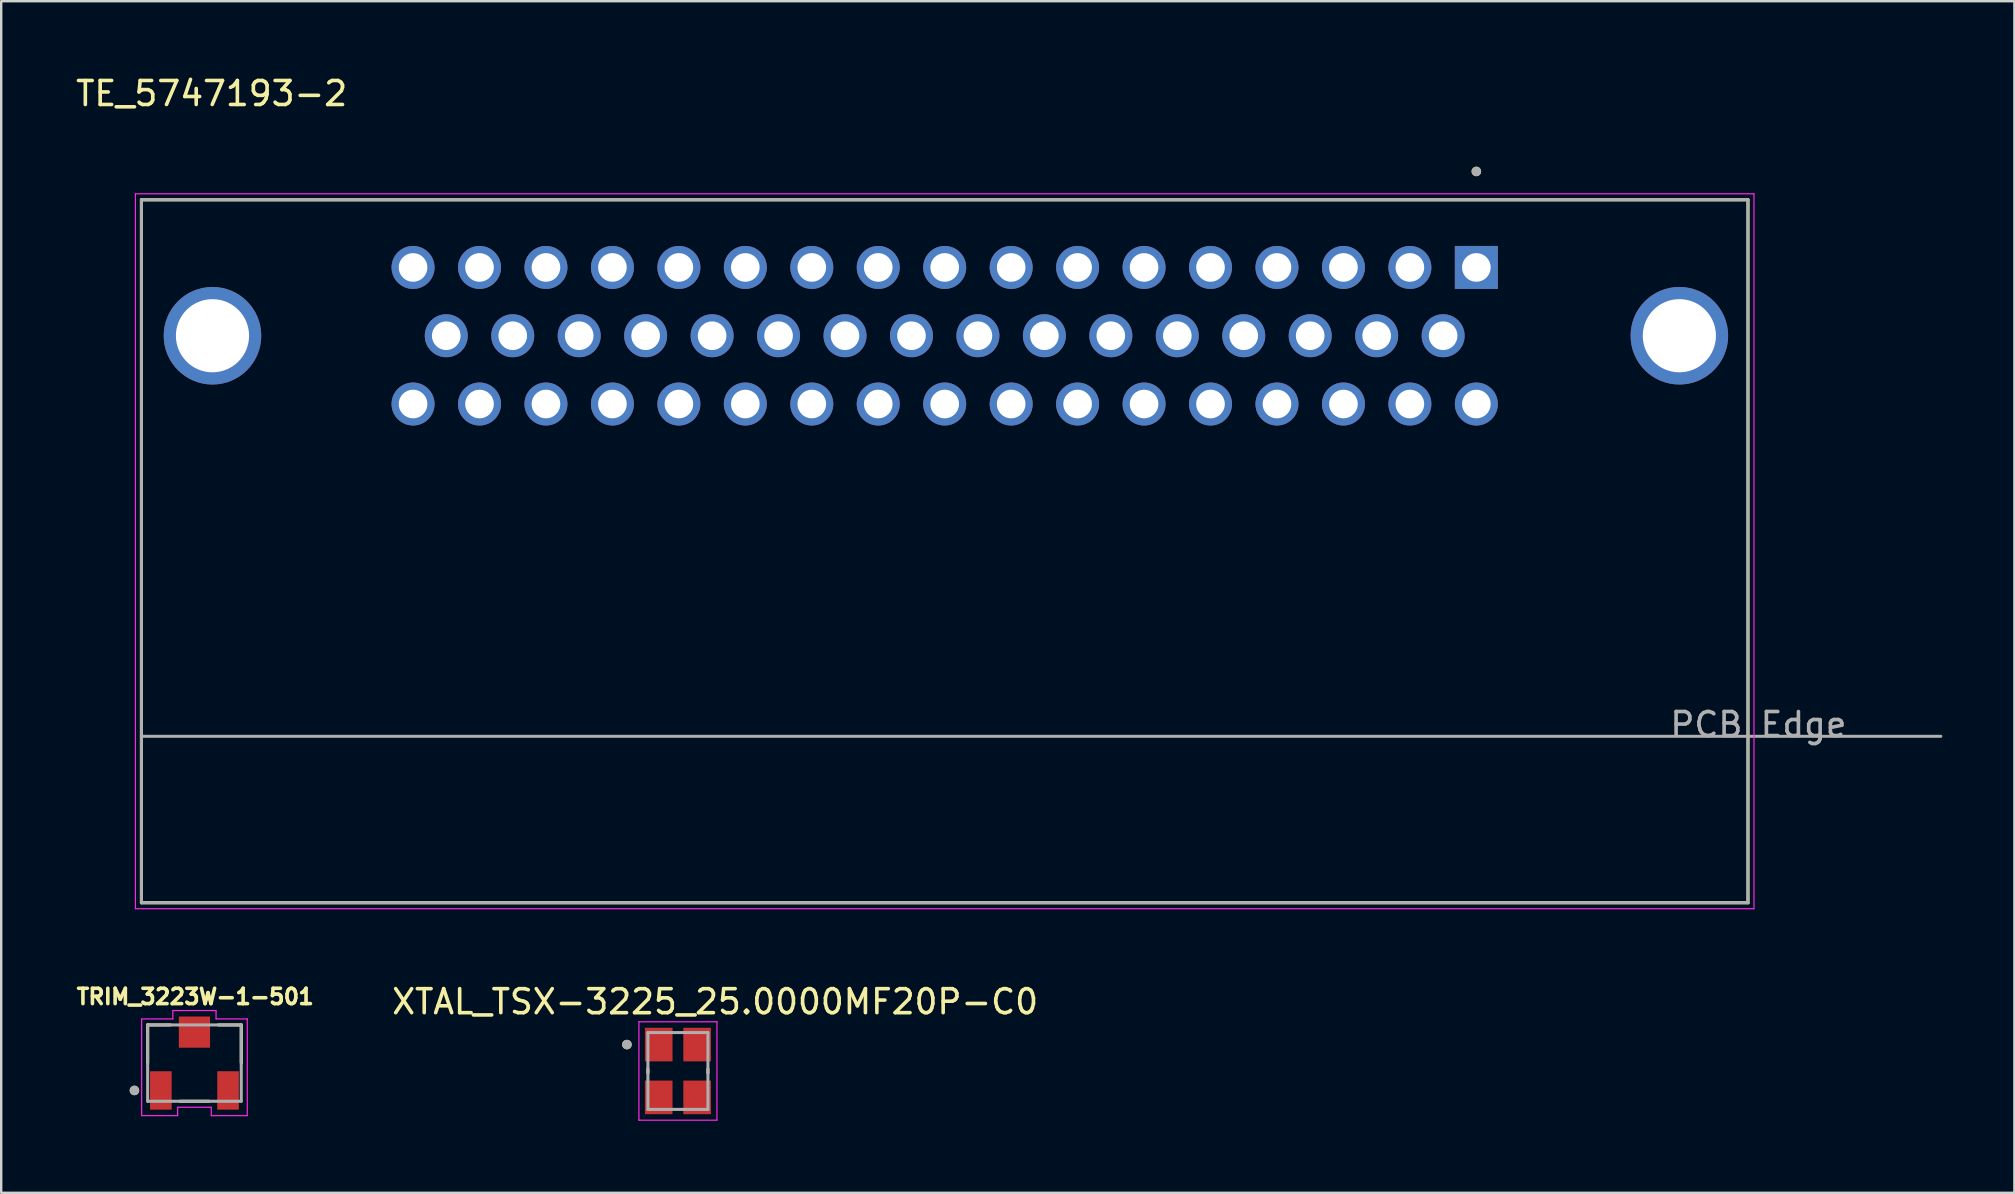
<source format=kicad_pcb>
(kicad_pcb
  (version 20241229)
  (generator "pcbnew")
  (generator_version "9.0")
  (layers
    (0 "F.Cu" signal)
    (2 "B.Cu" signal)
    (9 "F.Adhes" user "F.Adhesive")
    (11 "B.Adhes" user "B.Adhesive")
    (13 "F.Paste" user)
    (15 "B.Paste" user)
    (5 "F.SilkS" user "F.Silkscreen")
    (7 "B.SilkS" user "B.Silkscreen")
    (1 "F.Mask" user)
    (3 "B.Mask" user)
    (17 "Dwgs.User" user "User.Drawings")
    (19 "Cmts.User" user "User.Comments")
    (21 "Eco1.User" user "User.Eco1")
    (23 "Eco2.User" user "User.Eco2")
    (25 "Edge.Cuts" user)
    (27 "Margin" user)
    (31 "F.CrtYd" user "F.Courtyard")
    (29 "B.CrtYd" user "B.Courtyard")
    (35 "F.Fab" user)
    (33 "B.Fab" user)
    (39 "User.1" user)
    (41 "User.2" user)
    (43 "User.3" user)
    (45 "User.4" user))
  (footprint "TRIM_3223W-1-501"
    (layer "F.Cu")
    (at 5.051 41.239)
    (property "Reference" "TRIM_3223W-1-501" (at 0.032 -2.766 0) (layer "F.SilkS") (effects (font (size 0.64 0.64) (thickness 0.15))))
    (attr smd)
    (fp_line (start -1.95 -1.59) (end -1.95 -0.01) (stroke (width 0.127) (type solid)) (layer "F.SilkS"))
    (fp_line (start -1 -1.59) (end -1.95 -1.59) (stroke (width 0.127) (type solid)) (layer "F.SilkS"))
    (fp_line (start -0.6 1.59) (end 0.6 1.59) (stroke (width 0.127) (type solid)) (layer "F.SilkS"))
    (fp_line (start 1 -1.59) (end 1.95 -1.59) (stroke (width 0.127) (type solid)) (layer "F.SilkS"))
    (fp_line (start 1.95 -1.59) (end 1.95 -0.01) (stroke (width 0.127) (type solid)) (layer "F.SilkS"))
    (fp_circle (center -2.5 1.14) (end -2.4 1.14) (stroke (width 0.2) (type solid)) (fill no) (layer "F.SilkS"))
    (fp_line (start -2.2 -1.84) (end -0.9 -1.84) (stroke (width 0.05) (type solid)) (layer "F.CrtYd"))
    (fp_line (start -2.2 2.19) (end -2.2 -1.84) (stroke (width 0.05) (type solid)) (layer "F.CrtYd"))
    (fp_line (start -0.9 -2.19) (end 0.9 -2.19) (stroke (width 0.05) (type solid)) (layer "F.CrtYd"))
    (fp_line (start -0.9 -1.84) (end -0.9 -2.19) (stroke (width 0.05) (type solid)) (layer "F.CrtYd"))
    (fp_line (start -0.7 1.84) (end -0.7 2.19) (stroke (width 0.05) (type solid)) (layer "F.CrtYd"))
    (fp_line (start -0.7 2.19) (end -2.2 2.19) (stroke (width 0.05) (type solid)) (layer "F.CrtYd"))
    (fp_line (start 0.7 1.84) (end -0.7 1.84) (stroke (width 0.05) (type solid)) (layer "F.CrtYd"))
    (fp_line (start 0.7 2.19) (end 0.7 1.84) (stroke (width 0.05) (type solid)) (layer "F.CrtYd"))
    (fp_line (start 0.9 -2.19) (end 0.9 -1.84) (stroke (width 0.05) (type solid)) (layer "F.CrtYd"))
    (fp_line (start 0.9 -1.84) (end 2.2 -1.84) (stroke (width 0.05) (type solid)) (layer "F.CrtYd"))
    (fp_line (start 2.2 -1.84) (end 2.2 2.19) (stroke (width 0.05) (type solid)) (layer "F.CrtYd"))
    (fp_line (start 2.2 2.19) (end 0.7 2.19) (stroke (width 0.05) (type solid)) (layer "F.CrtYd"))
    (fp_line (start -1.95 -1.59) (end -1.95 1.59) (stroke (width 0.127) (type solid)) (layer "F.Fab"))
    (fp_line (start -1.95 1.59) (end 1.95 1.59) (stroke (width 0.127) (type solid)) (layer "F.Fab"))
    (fp_line (start 1.95 -1.59) (end -1.95 -1.59) (stroke (width 0.127) (type solid)) (layer "F.Fab"))
    (fp_line (start 1.95 1.59) (end 1.95 -1.59) (stroke (width 0.127) (type solid)) (layer "F.Fab"))
    (fp_circle (center -2.5 1.14) (end -2.4 1.14) (stroke (width 0.2) (type solid)) (fill no) (layer "F.Fab"))
    (pad "1" smd rect (at -1.4 1.14 90) (size 1.6 0.9) (layers "F.Cu" "F.Mask" "F.Paste"))
    (pad "2" smd rect (at 0 -1.29) (size 1.3 1.3) (layers "F.Cu" "F.Mask" "F.Paste"))
    (pad "3" smd rect (at 1.4 1.14 90) (size 1.6 0.9) (layers "F.Cu" "F.Mask" "F.Paste")))
  (footprint "XTAL_TSX-3225_25.0000MF20P-C0"
    (layer "F.Cu")
    (at 25.193 41.568)
    (property "Reference" "XTAL_TSX-3225_25.0000MF20P-C0" (at 1.55 -2.885 0) (layer "F.SilkS") (effects (font (size 1 1) (thickness 0.15))))
    (attr smd)
    (fp_line (start -1.25 -0.08) (end -1.25 0.08) (stroke (width 0.127) (type solid)) (layer "F.SilkS"))
    (fp_line (start 1.25 -0.08) (end 1.25 0.08) (stroke (width 0.127) (type solid)) (layer "F.SilkS"))
    (fp_circle (center -2.125 -1.1) (end -2.025 -1.1) (stroke (width 0.2) (type solid)) (fill no) (layer "F.SilkS"))
    (fp_line (start -1.625 -2.05) (end -1.625 2.05) (stroke (width 0.05) (type solid)) (layer "F.CrtYd"))
    (fp_line (start -1.625 -2.05) (end 1.625 -2.05) (stroke (width 0.05) (type solid)) (layer "F.CrtYd"))
    (fp_line (start 1.625 -2.05) (end 1.625 2.05) (stroke (width 0.05) (type solid)) (layer "F.CrtYd"))
    (fp_line (start 1.625 2.05) (end -1.625 2.05) (stroke (width 0.05) (type solid)) (layer "F.CrtYd"))
    (fp_line (start -1.25 -1.6) (end -1.25 1.6) (stroke (width 0.127) (type solid)) (layer "F.Fab"))
    (fp_line (start -1.25 -1.6) (end 1.25 -1.6) (stroke (width 0.127) (type solid)) (layer "F.Fab"))
    (fp_line (start 1.25 -1.6) (end 1.25 1.6) (stroke (width 0.127) (type solid)) (layer "F.Fab"))
    (fp_line (start 1.25 1.6) (end -1.25 1.6) (stroke (width 0.127) (type solid)) (layer "F.Fab"))
    (fp_circle (center -2.125 -1.1) (end -2.025 -1.1) (stroke (width 0.2) (type solid)) (fill no) (layer "F.Fab"))
    (pad "1" smd rect (at -0.8 -1.1) (size 1.15 1.4) (layers "F.Cu" "F.Mask" "F.Paste"))
    (pad "2" smd rect (at -0.8 1.1) (size 1.15 1.4) (layers "F.Cu" "F.Mask" "F.Paste"))
    (pad "3" smd rect (at 0.8 1.1) (size 1.15 1.4) (layers "F.Cu" "F.Mask" "F.Paste"))
    (pad "4" smd rect (at 0.8 -1.1) (size 1.15 1.4) (layers "F.Cu" "F.Mask" "F.Paste")))
  (footprint "TE_5747193-2"
    (layer "F.Cu")
    (at 36.307 10.937)
    (property "Reference" "TE_5747193-2" (at -30.54 -10.089 0) (layer "F.SilkS") (effects (font (size 1 1) (thickness 0.15))))
    (attr through_hole)
    (fp_line (start -33.465 -5.664) (end 33.465 -5.664) (stroke (width 0.127) (type solid)) (layer "F.SilkS"))
    (fp_line (start -33.465 23.622) (end -33.465 -5.664) (stroke (width 0.127) (type solid)) (layer "F.SilkS"))
    (fp_line (start -33.465 23.622) (end 33.465 23.622) (stroke (width 0.127) (type solid)) (layer "F.SilkS"))
    (fp_line (start 33.465 -5.664) (end 33.465 23.622) (stroke (width 0.127) (type solid)) (layer "F.SilkS"))
    (fp_circle (center 22.149 -6.845) (end 22.249 -6.845) (stroke (width 0.2) (type solid)) (fill no) (layer "F.SilkS"))
    (fp_line (start -33.715 -5.914) (end -33.715 23.872) (stroke (width 0.05) (type solid)) (layer "F.CrtYd"))
    (fp_line (start -33.715 23.872) (end 33.715 23.872) (stroke (width 0.05) (type solid)) (layer "F.CrtYd"))
    (fp_line (start 33.715 -5.914) (end -33.715 -5.914) (stroke (width 0.05) (type solid)) (layer "F.CrtYd"))
    (fp_line (start 33.715 23.872) (end 33.715 -5.914) (stroke (width 0.05) (type solid)) (layer "F.CrtYd"))
    (fp_line (start -33.465 -5.664) (end 33.465 -5.664) (stroke (width 0.127) (type solid)) (layer "F.Fab"))
    (fp_line (start -33.465 16.688) (end -33.465 -5.664) (stroke (width 0.127) (type solid)) (layer "F.Fab"))
    (fp_line (start -33.465 16.688) (end 33.465 16.688) (stroke (width 0.127) (type solid)) (layer "F.Fab"))
    (fp_line (start -33.465 23.622) (end -33.465 16.688) (stroke (width 0.127) (type solid)) (layer "F.Fab"))
    (fp_line (start -33.465 23.622) (end 33.465 23.622) (stroke (width 0.127) (type solid)) (layer "F.Fab"))
    (fp_line (start 33.465 -5.664) (end 33.465 16.688) (stroke (width 0.127) (type solid)) (layer "F.Fab"))
    (fp_line (start 33.465 16.688) (end 33.465 23.622) (stroke (width 0.127) (type solid)) (layer "F.Fab"))
    (fp_line (start 33.465 16.688) (end 41.5 16.688) (stroke (width 0.127) (type solid)) (layer "F.Fab"))
    (fp_circle (center 22.149 -6.845) (end 22.249 -6.845) (stroke (width 0.2) (type solid)) (fill no) (layer "F.Fab"))
    (fp_text user "PCB Edge" (at 33.9 16.2 0) (layer "F.Fab") (effects (font (size 1 1) (thickness 0.15))))
    (pad "1" thru_hole rect (at 22.149 -2.845) (size 1.791 1.791) (drill 1.194) (layers "*.Cu" "*.Mask"))
    (pad "2" thru_hole circle (at 19.38 -2.845) (size 1.791 1.791) (drill 1.194) (layers "*.Cu" "*.Mask"))
    (pad "3" thru_hole circle (at 16.612 -2.845) (size 1.791 1.791) (drill 1.194) (layers "*.Cu" "*.Mask"))
    (pad "4" thru_hole circle (at 13.843 -2.845) (size 1.791 1.791) (drill 1.194) (layers "*.Cu" "*.Mask"))
    (pad "5" thru_hole circle (at 11.074 -2.845) (size 1.791 1.791) (drill 1.194) (layers "*.Cu" "*.Mask"))
    (pad "6" thru_hole circle (at 8.306 -2.845) (size 1.791 1.791) (drill 1.194) (layers "*.Cu" "*.Mask"))
    (pad "7" thru_hole circle (at 5.537 -2.845) (size 1.791 1.791) (drill 1.194) (layers "*.Cu" "*.Mask"))
    (pad "8" thru_hole circle (at 2.769 -2.845) (size 1.791 1.791) (drill 1.194) (layers "*.Cu" "*.Mask"))
    (pad "9" thru_hole circle (at 0 -2.845) (size 1.791 1.791) (drill 1.194) (layers "*.Cu" "*.Mask"))
    (pad "10" thru_hole circle (at -2.769 -2.845) (size 1.791 1.791) (drill 1.194) (layers "*.Cu" "*.Mask"))
    (pad "11" thru_hole circle (at -5.537 -2.845) (size 1.791 1.791) (drill 1.194) (layers "*.Cu" "*.Mask"))
    (pad "12" thru_hole circle (at -8.306 -2.845) (size 1.791 1.791) (drill 1.194) (layers "*.Cu" "*.Mask"))
    (pad "13" thru_hole circle (at -11.074 -2.845) (size 1.791 1.791) (drill 1.194) (layers "*.Cu" "*.Mask"))
    (pad "14" thru_hole circle (at -13.843 -2.845) (size 1.791 1.791) (drill 1.194) (layers "*.Cu" "*.Mask"))
    (pad "15" thru_hole circle (at -16.612 -2.845) (size 1.791 1.791) (drill 1.194) (layers "*.Cu" "*.Mask"))
    (pad "16" thru_hole circle (at -19.38 -2.845) (size 1.791 1.791) (drill 1.194) (layers "*.Cu" "*.Mask"))
    (pad "17" thru_hole circle (at -22.149 -2.845) (size 1.791 1.791) (drill 1.194) (layers "*.Cu" "*.Mask"))
    (pad "18" thru_hole circle (at 20.765 0) (size 1.791 1.791) (drill 1.194) (layers "*.Cu" "*.Mask"))
    (pad "19" thru_hole circle (at 17.996 0) (size 1.791 1.791) (drill 1.194) (layers "*.Cu" "*.Mask"))
    (pad "20" thru_hole circle (at 15.227 0) (size 1.791 1.791) (drill 1.194) (layers "*.Cu" "*.Mask"))
    (pad "21" thru_hole circle (at 12.459 0) (size 1.791 1.791) (drill 1.194) (layers "*.Cu" "*.Mask"))
    (pad "22" thru_hole circle (at 9.69 0) (size 1.791 1.791) (drill 1.194) (layers "*.Cu" "*.Mask"))
    (pad "23" thru_hole circle (at 6.921 0) (size 1.791 1.791) (drill 1.194) (layers "*.Cu" "*.Mask"))
    (pad "24" thru_hole circle (at 4.153 0) (size 1.791 1.791) (drill 1.194) (layers "*.Cu" "*.Mask"))
    (pad "25" thru_hole circle (at 1.384 0) (size 1.791 1.791) (drill 1.194) (layers "*.Cu" "*.Mask"))
    (pad "26" thru_hole circle (at -1.384 0) (size 1.791 1.791) (drill 1.194) (layers "*.Cu" "*.Mask"))
    (pad "27" thru_hole circle (at -4.153 0) (size 1.791 1.791) (drill 1.194) (layers "*.Cu" "*.Mask"))
    (pad "28" thru_hole circle (at -6.921 0) (size 1.791 1.791) (drill 1.194) (layers "*.Cu" "*.Mask"))
    (pad "29" thru_hole circle (at -9.69 0) (size 1.791 1.791) (drill 1.194) (layers "*.Cu" "*.Mask"))
    (pad "30" thru_hole circle (at -12.459 0) (size 1.791 1.791) (drill 1.194) (layers "*.Cu" "*.Mask"))
    (pad "31" thru_hole circle (at -15.227 0) (size 1.791 1.791) (drill 1.194) (layers "*.Cu" "*.Mask"))
    (pad "32" thru_hole circle (at -17.996 0) (size 1.791 1.791) (drill 1.194) (layers "*.Cu" "*.Mask"))
    (pad "33" thru_hole circle (at -20.765 0) (size 1.791 1.791) (drill 1.194) (layers "*.Cu" "*.Mask"))
    (pad "34" thru_hole circle (at 22.149 2.845) (size 1.791 1.791) (drill 1.194) (layers "*.Cu" "*.Mask"))
    (pad "35" thru_hole circle (at 19.38 2.845) (size 1.791 1.791) (drill 1.194) (layers "*.Cu" "*.Mask"))
    (pad "36" thru_hole circle (at 16.612 2.845) (size 1.791 1.791) (drill 1.194) (layers "*.Cu" "*.Mask"))
    (pad "37" thru_hole circle (at 13.843 2.845) (size 1.791 1.791) (drill 1.194) (layers "*.Cu" "*.Mask"))
    (pad "38" thru_hole circle (at 11.074 2.845) (size 1.791 1.791) (drill 1.194) (layers "*.Cu" "*.Mask"))
    (pad "39" thru_hole circle (at 8.306 2.845) (size 1.791 1.791) (drill 1.194) (layers "*.Cu" "*.Mask"))
    (pad "40" thru_hole circle (at 5.537 2.845) (size 1.791 1.791) (drill 1.194) (layers "*.Cu" "*.Mask"))
    (pad "41" thru_hole circle (at 2.769 2.845) (size 1.791 1.791) (drill 1.194) (layers "*.Cu" "*.Mask"))
    (pad "42" thru_hole circle (at 0 2.845) (size 1.791 1.791) (drill 1.194) (layers "*.Cu" "*.Mask"))
    (pad "43" thru_hole circle (at -2.769 2.845) (size 1.791 1.791) (drill 1.194) (layers "*.Cu" "*.Mask"))
    (pad "44" thru_hole circle (at -5.537 2.845) (size 1.791 1.791) (drill 1.194) (layers "*.Cu" "*.Mask"))
    (pad "45" thru_hole circle (at -8.306 2.845) (size 1.791 1.791) (drill 1.194) (layers "*.Cu" "*.Mask"))
    (pad "46" thru_hole circle (at -11.074 2.845) (size 1.791 1.791) (drill 1.194) (layers "*.Cu" "*.Mask"))
    (pad "47" thru_hole circle (at -13.843 2.845) (size 1.791 1.791) (drill 1.194) (layers "*.Cu" "*.Mask"))
    (pad "48" thru_hole circle (at -16.612 2.845) (size 1.791 1.791) (drill 1.194) (layers "*.Cu" "*.Mask"))
    (pad "49" thru_hole circle (at -19.38 2.845) (size 1.791 1.791) (drill 1.194) (layers "*.Cu" "*.Mask"))
    (pad "50" thru_hole circle (at -22.149 2.845) (size 1.791 1.791) (drill 1.194) (layers "*.Cu" "*.Mask"))
    (pad "S1" thru_hole circle (at 30.607 0) (size 4.064 4.064) (drill 3.048) (layers "*.Cu" "*.Mask"))
    (pad "S2" thru_hole circle (at -30.505 0) (size 4.064 4.064) (drill 3.048) (layers "*.Cu" "*.Mask")))
  (gr_rect
    (start -3 -3)
    (end 80.871 46.643)
    (stroke (width 0.1) (type default))
    (fill no)
    (layer "Edge.Cuts")))
</source>
